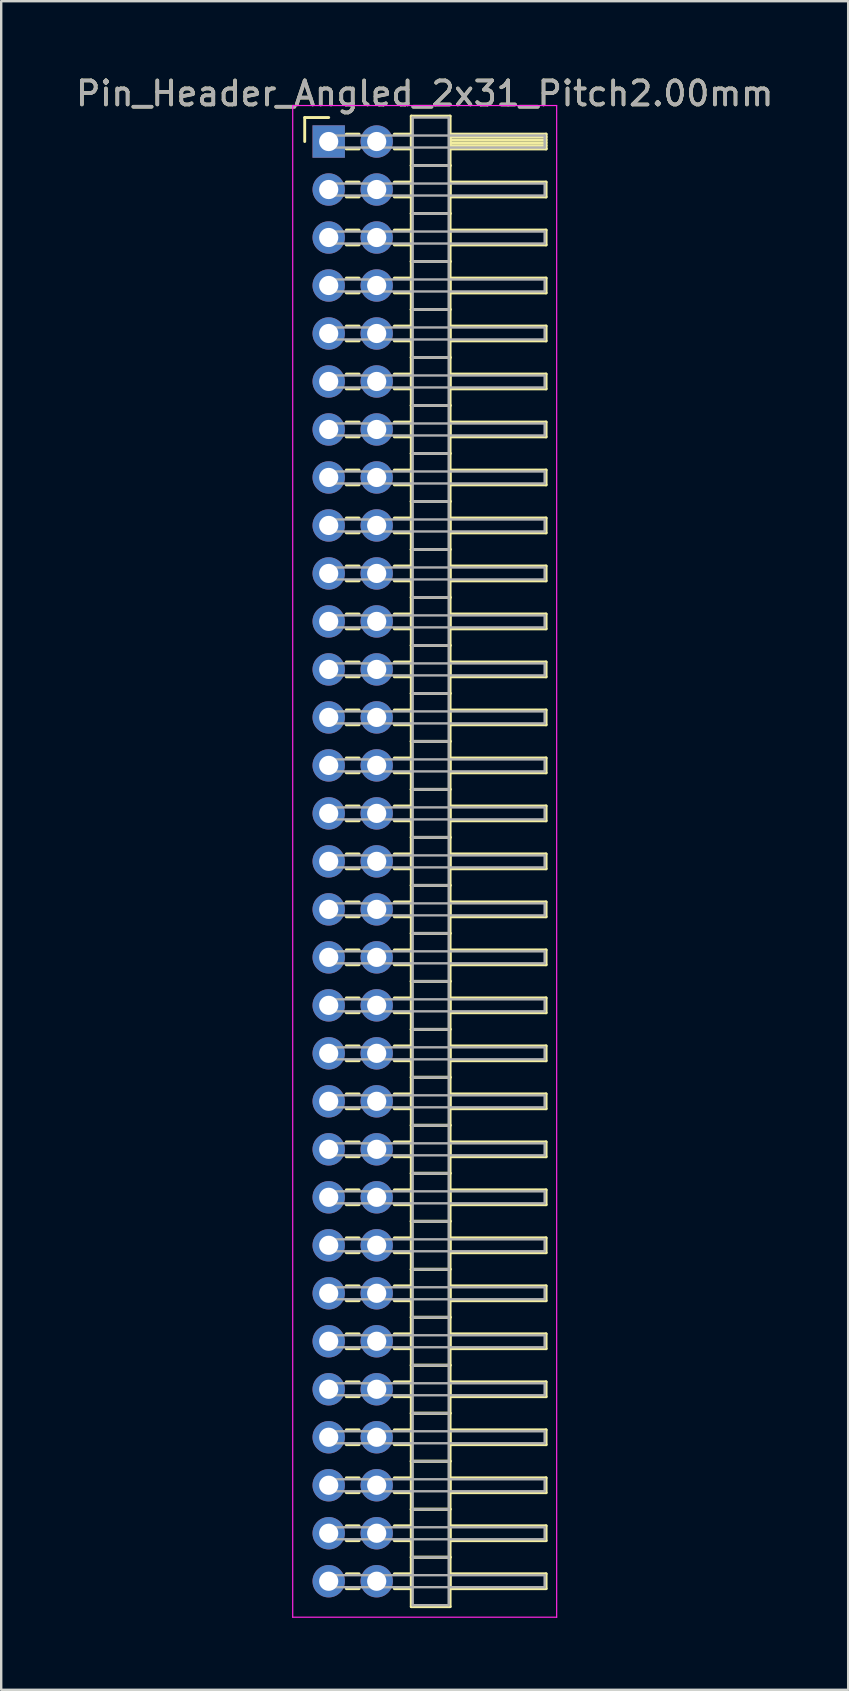
<source format=kicad_pcb>
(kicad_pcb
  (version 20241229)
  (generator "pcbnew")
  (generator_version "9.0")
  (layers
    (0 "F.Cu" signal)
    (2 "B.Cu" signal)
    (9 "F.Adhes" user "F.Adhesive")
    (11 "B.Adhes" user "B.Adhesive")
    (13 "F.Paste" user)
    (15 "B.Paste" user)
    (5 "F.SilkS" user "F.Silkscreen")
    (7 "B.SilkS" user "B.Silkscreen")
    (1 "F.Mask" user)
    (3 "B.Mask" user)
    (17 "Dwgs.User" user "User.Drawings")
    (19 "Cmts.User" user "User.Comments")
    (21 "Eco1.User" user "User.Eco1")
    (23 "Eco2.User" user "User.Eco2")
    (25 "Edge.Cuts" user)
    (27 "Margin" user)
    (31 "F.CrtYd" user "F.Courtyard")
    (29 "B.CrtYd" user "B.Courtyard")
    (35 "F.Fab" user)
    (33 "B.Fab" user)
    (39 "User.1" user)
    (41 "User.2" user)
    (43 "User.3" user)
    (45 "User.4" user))
  (footprint "Pin_Header_Angled_2x31_Pitch2.00mm"
    (layer "F.Cu")
    (at 10.649 2.848)
    (property "Reference" "Pin_Header_Angled_2x31_Pitch2.00mm" (at 4 -2 0) (layer "F.SilkS") (effects (font (size 1 1) (thickness 0.15))))
    (attr through_hole)
    (fp_line (start -1 -1) (end 0 -1) (stroke (width 0.12) (type solid)) (layer "F.SilkS"))
    (fp_line (start -1 0) (end -1 -1) (stroke (width 0.12) (type solid)) (layer "F.SilkS"))
    (fp_line (start 0.735 -0.31) (end 1.265 -0.31) (stroke (width 0.12) (type solid)) (layer "F.SilkS"))
    (fp_line (start 0.735 0.31) (end 1.265 0.31) (stroke (width 0.12) (type solid)) (layer "F.SilkS"))
    (fp_line (start 0.735 1.69) (end 1.265 1.69) (stroke (width 0.12) (type solid)) (layer "F.SilkS"))
    (fp_line (start 0.735 2.31) (end 1.265 2.31) (stroke (width 0.12) (type solid)) (layer "F.SilkS"))
    (fp_line (start 0.735 3.69) (end 1.265 3.69) (stroke (width 0.12) (type solid)) (layer "F.SilkS"))
    (fp_line (start 0.735 4.31) (end 1.265 4.31) (stroke (width 0.12) (type solid)) (layer "F.SilkS"))
    (fp_line (start 0.735 5.69) (end 1.265 5.69) (stroke (width 0.12) (type solid)) (layer "F.SilkS"))
    (fp_line (start 0.735 6.31) (end 1.265 6.31) (stroke (width 0.12) (type solid)) (layer "F.SilkS"))
    (fp_line (start 0.735 7.69) (end 1.265 7.69) (stroke (width 0.12) (type solid)) (layer "F.SilkS"))
    (fp_line (start 0.735 8.31) (end 1.265 8.31) (stroke (width 0.12) (type solid)) (layer "F.SilkS"))
    (fp_line (start 0.735 9.69) (end 1.265 9.69) (stroke (width 0.12) (type solid)) (layer "F.SilkS"))
    (fp_line (start 0.735 10.31) (end 1.265 10.31) (stroke (width 0.12) (type solid)) (layer "F.SilkS"))
    (fp_line (start 0.735 11.69) (end 1.265 11.69) (stroke (width 0.12) (type solid)) (layer "F.SilkS"))
    (fp_line (start 0.735 12.31) (end 1.265 12.31) (stroke (width 0.12) (type solid)) (layer "F.SilkS"))
    (fp_line (start 0.735 13.69) (end 1.265 13.69) (stroke (width 0.12) (type solid)) (layer "F.SilkS"))
    (fp_line (start 0.735 14.31) (end 1.265 14.31) (stroke (width 0.12) (type solid)) (layer "F.SilkS"))
    (fp_line (start 0.735 15.69) (end 1.265 15.69) (stroke (width 0.12) (type solid)) (layer "F.SilkS"))
    (fp_line (start 0.735 16.31) (end 1.265 16.31) (stroke (width 0.12) (type solid)) (layer "F.SilkS"))
    (fp_line (start 0.735 17.69) (end 1.265 17.69) (stroke (width 0.12) (type solid)) (layer "F.SilkS"))
    (fp_line (start 0.735 18.31) (end 1.265 18.31) (stroke (width 0.12) (type solid)) (layer "F.SilkS"))
    (fp_line (start 0.735 19.69) (end 1.265 19.69) (stroke (width 0.12) (type solid)) (layer "F.SilkS"))
    (fp_line (start 0.735 20.31) (end 1.265 20.31) (stroke (width 0.12) (type solid)) (layer "F.SilkS"))
    (fp_line (start 0.735 21.69) (end 1.265 21.69) (stroke (width 0.12) (type solid)) (layer "F.SilkS"))
    (fp_line (start 0.735 22.31) (end 1.265 22.31) (stroke (width 0.12) (type solid)) (layer "F.SilkS"))
    (fp_line (start 0.735 23.69) (end 1.265 23.69) (stroke (width 0.12) (type solid)) (layer "F.SilkS"))
    (fp_line (start 0.735 24.31) (end 1.265 24.31) (stroke (width 0.12) (type solid)) (layer "F.SilkS"))
    (fp_line (start 0.735 25.69) (end 1.265 25.69) (stroke (width 0.12) (type solid)) (layer "F.SilkS"))
    (fp_line (start 0.735 26.31) (end 1.265 26.31) (stroke (width 0.12) (type solid)) (layer "F.SilkS"))
    (fp_line (start 0.735 27.69) (end 1.265 27.69) (stroke (width 0.12) (type solid)) (layer "F.SilkS"))
    (fp_line (start 0.735 28.31) (end 1.265 28.31) (stroke (width 0.12) (type solid)) (layer "F.SilkS"))
    (fp_line (start 0.735 29.69) (end 1.265 29.69) (stroke (width 0.12) (type solid)) (layer "F.SilkS"))
    (fp_line (start 0.735 30.31) (end 1.265 30.31) (stroke (width 0.12) (type solid)) (layer "F.SilkS"))
    (fp_line (start 0.735 31.69) (end 1.265 31.69) (stroke (width 0.12) (type solid)) (layer "F.SilkS"))
    (fp_line (start 0.735 32.31) (end 1.265 32.31) (stroke (width 0.12) (type solid)) (layer "F.SilkS"))
    (fp_line (start 0.735 33.69) (end 1.265 33.69) (stroke (width 0.12) (type solid)) (layer "F.SilkS"))
    (fp_line (start 0.735 34.31) (end 1.265 34.31) (stroke (width 0.12) (type solid)) (layer "F.SilkS"))
    (fp_line (start 0.735 35.69) (end 1.265 35.69) (stroke (width 0.12) (type solid)) (layer "F.SilkS"))
    (fp_line (start 0.735 36.31) (end 1.265 36.31) (stroke (width 0.12) (type solid)) (layer "F.SilkS"))
    (fp_line (start 0.735 37.69) (end 1.265 37.69) (stroke (width 0.12) (type solid)) (layer "F.SilkS"))
    (fp_line (start 0.735 38.31) (end 1.265 38.31) (stroke (width 0.12) (type solid)) (layer "F.SilkS"))
    (fp_line (start 0.735 39.69) (end 1.265 39.69) (stroke (width 0.12) (type solid)) (layer "F.SilkS"))
    (fp_line (start 0.735 40.31) (end 1.265 40.31) (stroke (width 0.12) (type solid)) (layer "F.SilkS"))
    (fp_line (start 0.735 41.69) (end 1.265 41.69) (stroke (width 0.12) (type solid)) (layer "F.SilkS"))
    (fp_line (start 0.735 42.31) (end 1.265 42.31) (stroke (width 0.12) (type solid)) (layer "F.SilkS"))
    (fp_line (start 0.735 43.69) (end 1.265 43.69) (stroke (width 0.12) (type solid)) (layer "F.SilkS"))
    (fp_line (start 0.735 44.31) (end 1.265 44.31) (stroke (width 0.12) (type solid)) (layer "F.SilkS"))
    (fp_line (start 0.735 45.69) (end 1.265 45.69) (stroke (width 0.12) (type solid)) (layer "F.SilkS"))
    (fp_line (start 0.735 46.31) (end 1.265 46.31) (stroke (width 0.12) (type solid)) (layer "F.SilkS"))
    (fp_line (start 0.735 47.69) (end 1.265 47.69) (stroke (width 0.12) (type solid)) (layer "F.SilkS"))
    (fp_line (start 0.735 48.31) (end 1.265 48.31) (stroke (width 0.12) (type solid)) (layer "F.SilkS"))
    (fp_line (start 0.735 49.69) (end 1.265 49.69) (stroke (width 0.12) (type solid)) (layer "F.SilkS"))
    (fp_line (start 0.735 50.31) (end 1.265 50.31) (stroke (width 0.12) (type solid)) (layer "F.SilkS"))
    (fp_line (start 0.735 51.69) (end 1.265 51.69) (stroke (width 0.12) (type solid)) (layer "F.SilkS"))
    (fp_line (start 0.735 52.31) (end 1.265 52.31) (stroke (width 0.12) (type solid)) (layer "F.SilkS"))
    (fp_line (start 0.735 53.69) (end 1.265 53.69) (stroke (width 0.12) (type solid)) (layer "F.SilkS"))
    (fp_line (start 0.735 54.31) (end 1.265 54.31) (stroke (width 0.12) (type solid)) (layer "F.SilkS"))
    (fp_line (start 0.735 55.69) (end 1.265 55.69) (stroke (width 0.12) (type solid)) (layer "F.SilkS"))
    (fp_line (start 0.735 56.31) (end 1.265 56.31) (stroke (width 0.12) (type solid)) (layer "F.SilkS"))
    (fp_line (start 0.735 57.69) (end 1.265 57.69) (stroke (width 0.12) (type solid)) (layer "F.SilkS"))
    (fp_line (start 0.735 58.31) (end 1.265 58.31) (stroke (width 0.12) (type solid)) (layer "F.SilkS"))
    (fp_line (start 0.735 59.69) (end 1.265 59.69) (stroke (width 0.12) (type solid)) (layer "F.SilkS"))
    (fp_line (start 0.735 60.31) (end 1.265 60.31) (stroke (width 0.12) (type solid)) (layer "F.SilkS"))
    (fp_line (start 2.735 -0.31) (end 3.44 -0.31) (stroke (width 0.12) (type solid)) (layer "F.SilkS"))
    (fp_line (start 2.735 0.31) (end 3.44 0.31) (stroke (width 0.12) (type solid)) (layer "F.SilkS"))
    (fp_line (start 2.735 1.69) (end 3.44 1.69) (stroke (width 0.12) (type solid)) (layer "F.SilkS"))
    (fp_line (start 2.735 2.31) (end 3.44 2.31) (stroke (width 0.12) (type solid)) (layer "F.SilkS"))
    (fp_line (start 2.735 3.69) (end 3.44 3.69) (stroke (width 0.12) (type solid)) (layer "F.SilkS"))
    (fp_line (start 2.735 4.31) (end 3.44 4.31) (stroke (width 0.12) (type solid)) (layer "F.SilkS"))
    (fp_line (start 2.735 5.69) (end 3.44 5.69) (stroke (width 0.12) (type solid)) (layer "F.SilkS"))
    (fp_line (start 2.735 6.31) (end 3.44 6.31) (stroke (width 0.12) (type solid)) (layer "F.SilkS"))
    (fp_line (start 2.735 7.69) (end 3.44 7.69) (stroke (width 0.12) (type solid)) (layer "F.SilkS"))
    (fp_line (start 2.735 8.31) (end 3.44 8.31) (stroke (width 0.12) (type solid)) (layer "F.SilkS"))
    (fp_line (start 2.735 9.69) (end 3.44 9.69) (stroke (width 0.12) (type solid)) (layer "F.SilkS"))
    (fp_line (start 2.735 10.31) (end 3.44 10.31) (stroke (width 0.12) (type solid)) (layer "F.SilkS"))
    (fp_line (start 2.735 11.69) (end 3.44 11.69) (stroke (width 0.12) (type solid)) (layer "F.SilkS"))
    (fp_line (start 2.735 12.31) (end 3.44 12.31) (stroke (width 0.12) (type solid)) (layer "F.SilkS"))
    (fp_line (start 2.735 13.69) (end 3.44 13.69) (stroke (width 0.12) (type solid)) (layer "F.SilkS"))
    (fp_line (start 2.735 14.31) (end 3.44 14.31) (stroke (width 0.12) (type solid)) (layer "F.SilkS"))
    (fp_line (start 2.735 15.69) (end 3.44 15.69) (stroke (width 0.12) (type solid)) (layer "F.SilkS"))
    (fp_line (start 2.735 16.31) (end 3.44 16.31) (stroke (width 0.12) (type solid)) (layer "F.SilkS"))
    (fp_line (start 2.735 17.69) (end 3.44 17.69) (stroke (width 0.12) (type solid)) (layer "F.SilkS"))
    (fp_line (start 2.735 18.31) (end 3.44 18.31) (stroke (width 0.12) (type solid)) (layer "F.SilkS"))
    (fp_line (start 2.735 19.69) (end 3.44 19.69) (stroke (width 0.12) (type solid)) (layer "F.SilkS"))
    (fp_line (start 2.735 20.31) (end 3.44 20.31) (stroke (width 0.12) (type solid)) (layer "F.SilkS"))
    (fp_line (start 2.735 21.69) (end 3.44 21.69) (stroke (width 0.12) (type solid)) (layer "F.SilkS"))
    (fp_line (start 2.735 22.31) (end 3.44 22.31) (stroke (width 0.12) (type solid)) (layer "F.SilkS"))
    (fp_line (start 2.735 23.69) (end 3.44 23.69) (stroke (width 0.12) (type solid)) (layer "F.SilkS"))
    (fp_line (start 2.735 24.31) (end 3.44 24.31) (stroke (width 0.12) (type solid)) (layer "F.SilkS"))
    (fp_line (start 2.735 25.69) (end 3.44 25.69) (stroke (width 0.12) (type solid)) (layer "F.SilkS"))
    (fp_line (start 2.735 26.31) (end 3.44 26.31) (stroke (width 0.12) (type solid)) (layer "F.SilkS"))
    (fp_line (start 2.735 27.69) (end 3.44 27.69) (stroke (width 0.12) (type solid)) (layer "F.SilkS"))
    (fp_line (start 2.735 28.31) (end 3.44 28.31) (stroke (width 0.12) (type solid)) (layer "F.SilkS"))
    (fp_line (start 2.735 29.69) (end 3.44 29.69) (stroke (width 0.12) (type solid)) (layer "F.SilkS"))
    (fp_line (start 2.735 30.31) (end 3.44 30.31) (stroke (width 0.12) (type solid)) (layer "F.SilkS"))
    (fp_line (start 2.735 31.69) (end 3.44 31.69) (stroke (width 0.12) (type solid)) (layer "F.SilkS"))
    (fp_line (start 2.735 32.31) (end 3.44 32.31) (stroke (width 0.12) (type solid)) (layer "F.SilkS"))
    (fp_line (start 2.735 33.69) (end 3.44 33.69) (stroke (width 0.12) (type solid)) (layer "F.SilkS"))
    (fp_line (start 2.735 34.31) (end 3.44 34.31) (stroke (width 0.12) (type solid)) (layer "F.SilkS"))
    (fp_line (start 2.735 35.69) (end 3.44 35.69) (stroke (width 0.12) (type solid)) (layer "F.SilkS"))
    (fp_line (start 2.735 36.31) (end 3.44 36.31) (stroke (width 0.12) (type solid)) (layer "F.SilkS"))
    (fp_line (start 2.735 37.69) (end 3.44 37.69) (stroke (width 0.12) (type solid)) (layer "F.SilkS"))
    (fp_line (start 2.735 38.31) (end 3.44 38.31) (stroke (width 0.12) (type solid)) (layer "F.SilkS"))
    (fp_line (start 2.735 39.69) (end 3.44 39.69) (stroke (width 0.12) (type solid)) (layer "F.SilkS"))
    (fp_line (start 2.735 40.31) (end 3.44 40.31) (stroke (width 0.12) (type solid)) (layer "F.SilkS"))
    (fp_line (start 2.735 41.69) (end 3.44 41.69) (stroke (width 0.12) (type solid)) (layer "F.SilkS"))
    (fp_line (start 2.735 42.31) (end 3.44 42.31) (stroke (width 0.12) (type solid)) (layer "F.SilkS"))
    (fp_line (start 2.735 43.69) (end 3.44 43.69) (stroke (width 0.12) (type solid)) (layer "F.SilkS"))
    (fp_line (start 2.735 44.31) (end 3.44 44.31) (stroke (width 0.12) (type solid)) (layer "F.SilkS"))
    (fp_line (start 2.735 45.69) (end 3.44 45.69) (stroke (width 0.12) (type solid)) (layer "F.SilkS"))
    (fp_line (start 2.735 46.31) (end 3.44 46.31) (stroke (width 0.12) (type solid)) (layer "F.SilkS"))
    (fp_line (start 2.735 47.69) (end 3.44 47.69) (stroke (width 0.12) (type solid)) (layer "F.SilkS"))
    (fp_line (start 2.735 48.31) (end 3.44 48.31) (stroke (width 0.12) (type solid)) (layer "F.SilkS"))
    (fp_line (start 2.735 49.69) (end 3.44 49.69) (stroke (width 0.12) (type solid)) (layer "F.SilkS"))
    (fp_line (start 2.735 50.31) (end 3.44 50.31) (stroke (width 0.12) (type solid)) (layer "F.SilkS"))
    (fp_line (start 2.735 51.69) (end 3.44 51.69) (stroke (width 0.12) (type solid)) (layer "F.SilkS"))
    (fp_line (start 2.735 52.31) (end 3.44 52.31) (stroke (width 0.12) (type solid)) (layer "F.SilkS"))
    (fp_line (start 2.735 53.69) (end 3.44 53.69) (stroke (width 0.12) (type solid)) (layer "F.SilkS"))
    (fp_line (start 2.735 54.31) (end 3.44 54.31) (stroke (width 0.12) (type solid)) (layer "F.SilkS"))
    (fp_line (start 2.735 55.69) (end 3.44 55.69) (stroke (width 0.12) (type solid)) (layer "F.SilkS"))
    (fp_line (start 2.735 56.31) (end 3.44 56.31) (stroke (width 0.12) (type solid)) (layer "F.SilkS"))
    (fp_line (start 2.735 57.69) (end 3.44 57.69) (stroke (width 0.12) (type solid)) (layer "F.SilkS"))
    (fp_line (start 2.735 58.31) (end 3.44 58.31) (stroke (width 0.12) (type solid)) (layer "F.SilkS"))
    (fp_line (start 2.735 59.69) (end 3.44 59.69) (stroke (width 0.12) (type solid)) (layer "F.SilkS"))
    (fp_line (start 2.735 60.31) (end 3.44 60.31) (stroke (width 0.12) (type solid)) (layer "F.SilkS"))
    (fp_line (start 3.44 -1.06) (end 3.44 1) (stroke (width 0.12) (type solid)) (layer "F.SilkS"))
    (fp_line (start 3.44 1) (end 3.44 3) (stroke (width 0.12) (type solid)) (layer "F.SilkS"))
    (fp_line (start 3.44 1) (end 5.06 1) (stroke (width 0.12) (type solid)) (layer "F.SilkS"))
    (fp_line (start 3.44 3) (end 3.44 5) (stroke (width 0.12) (type solid)) (layer "F.SilkS"))
    (fp_line (start 3.44 3) (end 5.06 3) (stroke (width 0.12) (type solid)) (layer "F.SilkS"))
    (fp_line (start 3.44 5) (end 3.44 7) (stroke (width 0.12) (type solid)) (layer "F.SilkS"))
    (fp_line (start 3.44 5) (end 5.06 5) (stroke (width 0.12) (type solid)) (layer "F.SilkS"))
    (fp_line (start 3.44 7) (end 3.44 9) (stroke (width 0.12) (type solid)) (layer "F.SilkS"))
    (fp_line (start 3.44 7) (end 5.06 7) (stroke (width 0.12) (type solid)) (layer "F.SilkS"))
    (fp_line (start 3.44 9) (end 3.44 11) (stroke (width 0.12) (type solid)) (layer "F.SilkS"))
    (fp_line (start 3.44 9) (end 5.06 9) (stroke (width 0.12) (type solid)) (layer "F.SilkS"))
    (fp_line (start 3.44 11) (end 3.44 13) (stroke (width 0.12) (type solid)) (layer "F.SilkS"))
    (fp_line (start 3.44 11) (end 5.06 11) (stroke (width 0.12) (type solid)) (layer "F.SilkS"))
    (fp_line (start 3.44 13) (end 3.44 15) (stroke (width 0.12) (type solid)) (layer "F.SilkS"))
    (fp_line (start 3.44 13) (end 5.06 13) (stroke (width 0.12) (type solid)) (layer "F.SilkS"))
    (fp_line (start 3.44 15) (end 3.44 17) (stroke (width 0.12) (type solid)) (layer "F.SilkS"))
    (fp_line (start 3.44 15) (end 5.06 15) (stroke (width 0.12) (type solid)) (layer "F.SilkS"))
    (fp_line (start 3.44 17) (end 3.44 19) (stroke (width 0.12) (type solid)) (layer "F.SilkS"))
    (fp_line (start 3.44 17) (end 5.06 17) (stroke (width 0.12) (type solid)) (layer "F.SilkS"))
    (fp_line (start 3.44 19) (end 3.44 21) (stroke (width 0.12) (type solid)) (layer "F.SilkS"))
    (fp_line (start 3.44 19) (end 5.06 19) (stroke (width 0.12) (type solid)) (layer "F.SilkS"))
    (fp_line (start 3.44 21) (end 3.44 23) (stroke (width 0.12) (type solid)) (layer "F.SilkS"))
    (fp_line (start 3.44 21) (end 5.06 21) (stroke (width 0.12) (type solid)) (layer "F.SilkS"))
    (fp_line (start 3.44 23) (end 3.44 25) (stroke (width 0.12) (type solid)) (layer "F.SilkS"))
    (fp_line (start 3.44 23) (end 5.06 23) (stroke (width 0.12) (type solid)) (layer "F.SilkS"))
    (fp_line (start 3.44 25) (end 3.44 27) (stroke (width 0.12) (type solid)) (layer "F.SilkS"))
    (fp_line (start 3.44 25) (end 5.06 25) (stroke (width 0.12) (type solid)) (layer "F.SilkS"))
    (fp_line (start 3.44 27) (end 3.44 29) (stroke (width 0.12) (type solid)) (layer "F.SilkS"))
    (fp_line (start 3.44 27) (end 5.06 27) (stroke (width 0.12) (type solid)) (layer "F.SilkS"))
    (fp_line (start 3.44 29) (end 3.44 31) (stroke (width 0.12) (type solid)) (layer "F.SilkS"))
    (fp_line (start 3.44 29) (end 5.06 29) (stroke (width 0.12) (type solid)) (layer "F.SilkS"))
    (fp_line (start 3.44 31) (end 3.44 33) (stroke (width 0.12) (type solid)) (layer "F.SilkS"))
    (fp_line (start 3.44 31) (end 5.06 31) (stroke (width 0.12) (type solid)) (layer "F.SilkS"))
    (fp_line (start 3.44 33) (end 3.44 35) (stroke (width 0.12) (type solid)) (layer "F.SilkS"))
    (fp_line (start 3.44 33) (end 5.06 33) (stroke (width 0.12) (type solid)) (layer "F.SilkS"))
    (fp_line (start 3.44 35) (end 3.44 37) (stroke (width 0.12) (type solid)) (layer "F.SilkS"))
    (fp_line (start 3.44 35) (end 5.06 35) (stroke (width 0.12) (type solid)) (layer "F.SilkS"))
    (fp_line (start 3.44 37) (end 3.44 39) (stroke (width 0.12) (type solid)) (layer "F.SilkS"))
    (fp_line (start 3.44 37) (end 5.06 37) (stroke (width 0.12) (type solid)) (layer "F.SilkS"))
    (fp_line (start 3.44 39) (end 3.44 41) (stroke (width 0.12) (type solid)) (layer "F.SilkS"))
    (fp_line (start 3.44 39) (end 5.06 39) (stroke (width 0.12) (type solid)) (layer "F.SilkS"))
    (fp_line (start 3.44 41) (end 3.44 43) (stroke (width 0.12) (type solid)) (layer "F.SilkS"))
    (fp_line (start 3.44 41) (end 5.06 41) (stroke (width 0.12) (type solid)) (layer "F.SilkS"))
    (fp_line (start 3.44 43) (end 3.44 45) (stroke (width 0.12) (type solid)) (layer "F.SilkS"))
    (fp_line (start 3.44 43) (end 5.06 43) (stroke (width 0.12) (type solid)) (layer "F.SilkS"))
    (fp_line (start 3.44 45) (end 3.44 47) (stroke (width 0.12) (type solid)) (layer "F.SilkS"))
    (fp_line (start 3.44 45) (end 5.06 45) (stroke (width 0.12) (type solid)) (layer "F.SilkS"))
    (fp_line (start 3.44 47) (end 3.44 49) (stroke (width 0.12) (type solid)) (layer "F.SilkS"))
    (fp_line (start 3.44 47) (end 5.06 47) (stroke (width 0.12) (type solid)) (layer "F.SilkS"))
    (fp_line (start 3.44 49) (end 3.44 51) (stroke (width 0.12) (type solid)) (layer "F.SilkS"))
    (fp_line (start 3.44 49) (end 5.06 49) (stroke (width 0.12) (type solid)) (layer "F.SilkS"))
    (fp_line (start 3.44 51) (end 3.44 53) (stroke (width 0.12) (type solid)) (layer "F.SilkS"))
    (fp_line (start 3.44 51) (end 5.06 51) (stroke (width 0.12) (type solid)) (layer "F.SilkS"))
    (fp_line (start 3.44 53) (end 3.44 55) (stroke (width 0.12) (type solid)) (layer "F.SilkS"))
    (fp_line (start 3.44 53) (end 5.06 53) (stroke (width 0.12) (type solid)) (layer "F.SilkS"))
    (fp_line (start 3.44 55) (end 3.44 57) (stroke (width 0.12) (type solid)) (layer "F.SilkS"))
    (fp_line (start 3.44 55) (end 5.06 55) (stroke (width 0.12) (type solid)) (layer "F.SilkS"))
    (fp_line (start 3.44 57) (end 3.44 59) (stroke (width 0.12) (type solid)) (layer "F.SilkS"))
    (fp_line (start 3.44 57) (end 5.06 57) (stroke (width 0.12) (type solid)) (layer "F.SilkS"))
    (fp_line (start 3.44 59) (end 3.44 61.06) (stroke (width 0.12) (type solid)) (layer "F.SilkS"))
    (fp_line (start 3.44 59) (end 5.06 59) (stroke (width 0.12) (type solid)) (layer "F.SilkS"))
    (fp_line (start 3.44 61.06) (end 5.06 61.06) (stroke (width 0.12) (type solid)) (layer "F.SilkS"))
    (fp_line (start 5.06 -1.06) (end 3.44 -1.06) (stroke (width 0.12) (type solid)) (layer "F.SilkS"))
    (fp_line (start 5.06 -0.31) (end 5.06 0.31) (stroke (width 0.12) (type solid)) (layer "F.SilkS"))
    (fp_line (start 5.06 -0.19) (end 9.06 -0.19) (stroke (width 0.12) (type solid)) (layer "F.SilkS"))
    (fp_line (start 5.06 -0.07) (end 9.06 -0.07) (stroke (width 0.12) (type solid)) (layer "F.SilkS"))
    (fp_line (start 5.06 0.05) (end 9.06 0.05) (stroke (width 0.12) (type solid)) (layer "F.SilkS"))
    (fp_line (start 5.06 0.17) (end 9.06 0.17) (stroke (width 0.12) (type solid)) (layer "F.SilkS"))
    (fp_line (start 5.06 0.29) (end 9.06 0.29) (stroke (width 0.12) (type solid)) (layer "F.SilkS"))
    (fp_line (start 5.06 0.31) (end 9.06 0.31) (stroke (width 0.12) (type solid)) (layer "F.SilkS"))
    (fp_line (start 5.06 1) (end 3.44 1) (stroke (width 0.12) (type solid)) (layer "F.SilkS"))
    (fp_line (start 5.06 1) (end 5.06 -1.06) (stroke (width 0.12) (type solid)) (layer "F.SilkS"))
    (fp_line (start 5.06 1.69) (end 5.06 2.31) (stroke (width 0.12) (type solid)) (layer "F.SilkS"))
    (fp_line (start 5.06 2.31) (end 9.06 2.31) (stroke (width 0.12) (type solid)) (layer "F.SilkS"))
    (fp_line (start 5.06 3) (end 3.44 3) (stroke (width 0.12) (type solid)) (layer "F.SilkS"))
    (fp_line (start 5.06 3) (end 5.06 1) (stroke (width 0.12) (type solid)) (layer "F.SilkS"))
    (fp_line (start 5.06 3.69) (end 5.06 4.31) (stroke (width 0.12) (type solid)) (layer "F.SilkS"))
    (fp_line (start 5.06 4.31) (end 9.06 4.31) (stroke (width 0.12) (type solid)) (layer "F.SilkS"))
    (fp_line (start 5.06 5) (end 3.44 5) (stroke (width 0.12) (type solid)) (layer "F.SilkS"))
    (fp_line (start 5.06 5) (end 5.06 3) (stroke (width 0.12) (type solid)) (layer "F.SilkS"))
    (fp_line (start 5.06 5.69) (end 5.06 6.31) (stroke (width 0.12) (type solid)) (layer "F.SilkS"))
    (fp_line (start 5.06 6.31) (end 9.06 6.31) (stroke (width 0.12) (type solid)) (layer "F.SilkS"))
    (fp_line (start 5.06 7) (end 3.44 7) (stroke (width 0.12) (type solid)) (layer "F.SilkS"))
    (fp_line (start 5.06 7) (end 5.06 5) (stroke (width 0.12) (type solid)) (layer "F.SilkS"))
    (fp_line (start 5.06 7.69) (end 5.06 8.31) (stroke (width 0.12) (type solid)) (layer "F.SilkS"))
    (fp_line (start 5.06 8.31) (end 9.06 8.31) (stroke (width 0.12) (type solid)) (layer "F.SilkS"))
    (fp_line (start 5.06 9) (end 3.44 9) (stroke (width 0.12) (type solid)) (layer "F.SilkS"))
    (fp_line (start 5.06 9) (end 5.06 7) (stroke (width 0.12) (type solid)) (layer "F.SilkS"))
    (fp_line (start 5.06 9.69) (end 5.06 10.31) (stroke (width 0.12) (type solid)) (layer "F.SilkS"))
    (fp_line (start 5.06 10.31) (end 9.06 10.31) (stroke (width 0.12) (type solid)) (layer "F.SilkS"))
    (fp_line (start 5.06 11) (end 3.44 11) (stroke (width 0.12) (type solid)) (layer "F.SilkS"))
    (fp_line (start 5.06 11) (end 5.06 9) (stroke (width 0.12) (type solid)) (layer "F.SilkS"))
    (fp_line (start 5.06 11.69) (end 5.06 12.31) (stroke (width 0.12) (type solid)) (layer "F.SilkS"))
    (fp_line (start 5.06 12.31) (end 9.06 12.31) (stroke (width 0.12) (type solid)) (layer "F.SilkS"))
    (fp_line (start 5.06 13) (end 3.44 13) (stroke (width 0.12) (type solid)) (layer "F.SilkS"))
    (fp_line (start 5.06 13) (end 5.06 11) (stroke (width 0.12) (type solid)) (layer "F.SilkS"))
    (fp_line (start 5.06 13.69) (end 5.06 14.31) (stroke (width 0.12) (type solid)) (layer "F.SilkS"))
    (fp_line (start 5.06 14.31) (end 9.06 14.31) (stroke (width 0.12) (type solid)) (layer "F.SilkS"))
    (fp_line (start 5.06 15) (end 3.44 15) (stroke (width 0.12) (type solid)) (layer "F.SilkS"))
    (fp_line (start 5.06 15) (end 5.06 13) (stroke (width 0.12) (type solid)) (layer "F.SilkS"))
    (fp_line (start 5.06 15.69) (end 5.06 16.31) (stroke (width 0.12) (type solid)) (layer "F.SilkS"))
    (fp_line (start 5.06 16.31) (end 9.06 16.31) (stroke (width 0.12) (type solid)) (layer "F.SilkS"))
    (fp_line (start 5.06 17) (end 3.44 17) (stroke (width 0.12) (type solid)) (layer "F.SilkS"))
    (fp_line (start 5.06 17) (end 5.06 15) (stroke (width 0.12) (type solid)) (layer "F.SilkS"))
    (fp_line (start 5.06 17.69) (end 5.06 18.31) (stroke (width 0.12) (type solid)) (layer "F.SilkS"))
    (fp_line (start 5.06 18.31) (end 9.06 18.31) (stroke (width 0.12) (type solid)) (layer "F.SilkS"))
    (fp_line (start 5.06 19) (end 3.44 19) (stroke (width 0.12) (type solid)) (layer "F.SilkS"))
    (fp_line (start 5.06 19) (end 5.06 17) (stroke (width 0.12) (type solid)) (layer "F.SilkS"))
    (fp_line (start 5.06 19.69) (end 5.06 20.31) (stroke (width 0.12) (type solid)) (layer "F.SilkS"))
    (fp_line (start 5.06 20.31) (end 9.06 20.31) (stroke (width 0.12) (type solid)) (layer "F.SilkS"))
    (fp_line (start 5.06 21) (end 3.44 21) (stroke (width 0.12) (type solid)) (layer "F.SilkS"))
    (fp_line (start 5.06 21) (end 5.06 19) (stroke (width 0.12) (type solid)) (layer "F.SilkS"))
    (fp_line (start 5.06 21.69) (end 5.06 22.31) (stroke (width 0.12) (type solid)) (layer "F.SilkS"))
    (fp_line (start 5.06 22.31) (end 9.06 22.31) (stroke (width 0.12) (type solid)) (layer "F.SilkS"))
    (fp_line (start 5.06 23) (end 3.44 23) (stroke (width 0.12) (type solid)) (layer "F.SilkS"))
    (fp_line (start 5.06 23) (end 5.06 21) (stroke (width 0.12) (type solid)) (layer "F.SilkS"))
    (fp_line (start 5.06 23.69) (end 5.06 24.31) (stroke (width 0.12) (type solid)) (layer "F.SilkS"))
    (fp_line (start 5.06 24.31) (end 9.06 24.31) (stroke (width 0.12) (type solid)) (layer "F.SilkS"))
    (fp_line (start 5.06 25) (end 3.44 25) (stroke (width 0.12) (type solid)) (layer "F.SilkS"))
    (fp_line (start 5.06 25) (end 5.06 23) (stroke (width 0.12) (type solid)) (layer "F.SilkS"))
    (fp_line (start 5.06 25.69) (end 5.06 26.31) (stroke (width 0.12) (type solid)) (layer "F.SilkS"))
    (fp_line (start 5.06 26.31) (end 9.06 26.31) (stroke (width 0.12) (type solid)) (layer "F.SilkS"))
    (fp_line (start 5.06 27) (end 3.44 27) (stroke (width 0.12) (type solid)) (layer "F.SilkS"))
    (fp_line (start 5.06 27) (end 5.06 25) (stroke (width 0.12) (type solid)) (layer "F.SilkS"))
    (fp_line (start 5.06 27.69) (end 5.06 28.31) (stroke (width 0.12) (type solid)) (layer "F.SilkS"))
    (fp_line (start 5.06 28.31) (end 9.06 28.31) (stroke (width 0.12) (type solid)) (layer "F.SilkS"))
    (fp_line (start 5.06 29) (end 3.44 29) (stroke (width 0.12) (type solid)) (layer "F.SilkS"))
    (fp_line (start 5.06 29) (end 5.06 27) (stroke (width 0.12) (type solid)) (layer "F.SilkS"))
    (fp_line (start 5.06 29.69) (end 5.06 30.31) (stroke (width 0.12) (type solid)) (layer "F.SilkS"))
    (fp_line (start 5.06 30.31) (end 9.06 30.31) (stroke (width 0.12) (type solid)) (layer "F.SilkS"))
    (fp_line (start 5.06 31) (end 3.44 31) (stroke (width 0.12) (type solid)) (layer "F.SilkS"))
    (fp_line (start 5.06 31) (end 5.06 29) (stroke (width 0.12) (type solid)) (layer "F.SilkS"))
    (fp_line (start 5.06 31.69) (end 5.06 32.31) (stroke (width 0.12) (type solid)) (layer "F.SilkS"))
    (fp_line (start 5.06 32.31) (end 9.06 32.31) (stroke (width 0.12) (type solid)) (layer "F.SilkS"))
    (fp_line (start 5.06 33) (end 3.44 33) (stroke (width 0.12) (type solid)) (layer "F.SilkS"))
    (fp_line (start 5.06 33) (end 5.06 31) (stroke (width 0.12) (type solid)) (layer "F.SilkS"))
    (fp_line (start 5.06 33.69) (end 5.06 34.31) (stroke (width 0.12) (type solid)) (layer "F.SilkS"))
    (fp_line (start 5.06 34.31) (end 9.06 34.31) (stroke (width 0.12) (type solid)) (layer "F.SilkS"))
    (fp_line (start 5.06 35) (end 3.44 35) (stroke (width 0.12) (type solid)) (layer "F.SilkS"))
    (fp_line (start 5.06 35) (end 5.06 33) (stroke (width 0.12) (type solid)) (layer "F.SilkS"))
    (fp_line (start 5.06 35.69) (end 5.06 36.31) (stroke (width 0.12) (type solid)) (layer "F.SilkS"))
    (fp_line (start 5.06 36.31) (end 9.06 36.31) (stroke (width 0.12) (type solid)) (layer "F.SilkS"))
    (fp_line (start 5.06 37) (end 3.44 37) (stroke (width 0.12) (type solid)) (layer "F.SilkS"))
    (fp_line (start 5.06 37) (end 5.06 35) (stroke (width 0.12) (type solid)) (layer "F.SilkS"))
    (fp_line (start 5.06 37.69) (end 5.06 38.31) (stroke (width 0.12) (type solid)) (layer "F.SilkS"))
    (fp_line (start 5.06 38.31) (end 9.06 38.31) (stroke (width 0.12) (type solid)) (layer "F.SilkS"))
    (fp_line (start 5.06 39) (end 3.44 39) (stroke (width 0.12) (type solid)) (layer "F.SilkS"))
    (fp_line (start 5.06 39) (end 5.06 37) (stroke (width 0.12) (type solid)) (layer "F.SilkS"))
    (fp_line (start 5.06 39.69) (end 5.06 40.31) (stroke (width 0.12) (type solid)) (layer "F.SilkS"))
    (fp_line (start 5.06 40.31) (end 9.06 40.31) (stroke (width 0.12) (type solid)) (layer "F.SilkS"))
    (fp_line (start 5.06 41) (end 3.44 41) (stroke (width 0.12) (type solid)) (layer "F.SilkS"))
    (fp_line (start 5.06 41) (end 5.06 39) (stroke (width 0.12) (type solid)) (layer "F.SilkS"))
    (fp_line (start 5.06 41.69) (end 5.06 42.31) (stroke (width 0.12) (type solid)) (layer "F.SilkS"))
    (fp_line (start 5.06 42.31) (end 9.06 42.31) (stroke (width 0.12) (type solid)) (layer "F.SilkS"))
    (fp_line (start 5.06 43) (end 3.44 43) (stroke (width 0.12) (type solid)) (layer "F.SilkS"))
    (fp_line (start 5.06 43) (end 5.06 41) (stroke (width 0.12) (type solid)) (layer "F.SilkS"))
    (fp_line (start 5.06 43.69) (end 5.06 44.31) (stroke (width 0.12) (type solid)) (layer "F.SilkS"))
    (fp_line (start 5.06 44.31) (end 9.06 44.31) (stroke (width 0.12) (type solid)) (layer "F.SilkS"))
    (fp_line (start 5.06 45) (end 3.44 45) (stroke (width 0.12) (type solid)) (layer "F.SilkS"))
    (fp_line (start 5.06 45) (end 5.06 43) (stroke (width 0.12) (type solid)) (layer "F.SilkS"))
    (fp_line (start 5.06 45.69) (end 5.06 46.31) (stroke (width 0.12) (type solid)) (layer "F.SilkS"))
    (fp_line (start 5.06 46.31) (end 9.06 46.31) (stroke (width 0.12) (type solid)) (layer "F.SilkS"))
    (fp_line (start 5.06 47) (end 3.44 47) (stroke (width 0.12) (type solid)) (layer "F.SilkS"))
    (fp_line (start 5.06 47) (end 5.06 45) (stroke (width 0.12) (type solid)) (layer "F.SilkS"))
    (fp_line (start 5.06 47.69) (end 5.06 48.31) (stroke (width 0.12) (type solid)) (layer "F.SilkS"))
    (fp_line (start 5.06 48.31) (end 9.06 48.31) (stroke (width 0.12) (type solid)) (layer "F.SilkS"))
    (fp_line (start 5.06 49) (end 3.44 49) (stroke (width 0.12) (type solid)) (layer "F.SilkS"))
    (fp_line (start 5.06 49) (end 5.06 47) (stroke (width 0.12) (type solid)) (layer "F.SilkS"))
    (fp_line (start 5.06 49.69) (end 5.06 50.31) (stroke (width 0.12) (type solid)) (layer "F.SilkS"))
    (fp_line (start 5.06 50.31) (end 9.06 50.31) (stroke (width 0.12) (type solid)) (layer "F.SilkS"))
    (fp_line (start 5.06 51) (end 3.44 51) (stroke (width 0.12) (type solid)) (layer "F.SilkS"))
    (fp_line (start 5.06 51) (end 5.06 49) (stroke (width 0.12) (type solid)) (layer "F.SilkS"))
    (fp_line (start 5.06 51.69) (end 5.06 52.31) (stroke (width 0.12) (type solid)) (layer "F.SilkS"))
    (fp_line (start 5.06 52.31) (end 9.06 52.31) (stroke (width 0.12) (type solid)) (layer "F.SilkS"))
    (fp_line (start 5.06 53) (end 3.44 53) (stroke (width 0.12) (type solid)) (layer "F.SilkS"))
    (fp_line (start 5.06 53) (end 5.06 51) (stroke (width 0.12) (type solid)) (layer "F.SilkS"))
    (fp_line (start 5.06 53.69) (end 5.06 54.31) (stroke (width 0.12) (type solid)) (layer "F.SilkS"))
    (fp_line (start 5.06 54.31) (end 9.06 54.31) (stroke (width 0.12) (type solid)) (layer "F.SilkS"))
    (fp_line (start 5.06 55) (end 3.44 55) (stroke (width 0.12) (type solid)) (layer "F.SilkS"))
    (fp_line (start 5.06 55) (end 5.06 53) (stroke (width 0.12) (type solid)) (layer "F.SilkS"))
    (fp_line (start 5.06 55.69) (end 5.06 56.31) (stroke (width 0.12) (type solid)) (layer "F.SilkS"))
    (fp_line (start 5.06 56.31) (end 9.06 56.31) (stroke (width 0.12) (type solid)) (layer "F.SilkS"))
    (fp_line (start 5.06 57) (end 3.44 57) (stroke (width 0.12) (type solid)) (layer "F.SilkS"))
    (fp_line (start 5.06 57) (end 5.06 55) (stroke (width 0.12) (type solid)) (layer "F.SilkS"))
    (fp_line (start 5.06 57.69) (end 5.06 58.31) (stroke (width 0.12) (type solid)) (layer "F.SilkS"))
    (fp_line (start 5.06 58.31) (end 9.06 58.31) (stroke (width 0.12) (type solid)) (layer "F.SilkS"))
    (fp_line (start 5.06 59) (end 3.44 59) (stroke (width 0.12) (type solid)) (layer "F.SilkS"))
    (fp_line (start 5.06 59) (end 5.06 57) (stroke (width 0.12) (type solid)) (layer "F.SilkS"))
    (fp_line (start 5.06 59.69) (end 5.06 60.31) (stroke (width 0.12) (type solid)) (layer "F.SilkS"))
    (fp_line (start 5.06 60.31) (end 9.06 60.31) (stroke (width 0.12) (type solid)) (layer "F.SilkS"))
    (fp_line (start 5.06 61.06) (end 5.06 59) (stroke (width 0.12) (type solid)) (layer "F.SilkS"))
    (fp_line (start 9.06 -0.31) (end 5.06 -0.31) (stroke (width 0.12) (type solid)) (layer "F.SilkS"))
    (fp_line (start 9.06 0.31) (end 9.06 -0.31) (stroke (width 0.12) (type solid)) (layer "F.SilkS"))
    (fp_line (start 9.06 1.69) (end 5.06 1.69) (stroke (width 0.12) (type solid)) (layer "F.SilkS"))
    (fp_line (start 9.06 2.31) (end 9.06 1.69) (stroke (width 0.12) (type solid)) (layer "F.SilkS"))
    (fp_line (start 9.06 3.69) (end 5.06 3.69) (stroke (width 0.12) (type solid)) (layer "F.SilkS"))
    (fp_line (start 9.06 4.31) (end 9.06 3.69) (stroke (width 0.12) (type solid)) (layer "F.SilkS"))
    (fp_line (start 9.06 5.69) (end 5.06 5.69) (stroke (width 0.12) (type solid)) (layer "F.SilkS"))
    (fp_line (start 9.06 6.31) (end 9.06 5.69) (stroke (width 0.12) (type solid)) (layer "F.SilkS"))
    (fp_line (start 9.06 7.69) (end 5.06 7.69) (stroke (width 0.12) (type solid)) (layer "F.SilkS"))
    (fp_line (start 9.06 8.31) (end 9.06 7.69) (stroke (width 0.12) (type solid)) (layer "F.SilkS"))
    (fp_line (start 9.06 9.69) (end 5.06 9.69) (stroke (width 0.12) (type solid)) (layer "F.SilkS"))
    (fp_line (start 9.06 10.31) (end 9.06 9.69) (stroke (width 0.12) (type solid)) (layer "F.SilkS"))
    (fp_line (start 9.06 11.69) (end 5.06 11.69) (stroke (width 0.12) (type solid)) (layer "F.SilkS"))
    (fp_line (start 9.06 12.31) (end 9.06 11.69) (stroke (width 0.12) (type solid)) (layer "F.SilkS"))
    (fp_line (start 9.06 13.69) (end 5.06 13.69) (stroke (width 0.12) (type solid)) (layer "F.SilkS"))
    (fp_line (start 9.06 14.31) (end 9.06 13.69) (stroke (width 0.12) (type solid)) (layer "F.SilkS"))
    (fp_line (start 9.06 15.69) (end 5.06 15.69) (stroke (width 0.12) (type solid)) (layer "F.SilkS"))
    (fp_line (start 9.06 16.31) (end 9.06 15.69) (stroke (width 0.12) (type solid)) (layer "F.SilkS"))
    (fp_line (start 9.06 17.69) (end 5.06 17.69) (stroke (width 0.12) (type solid)) (layer "F.SilkS"))
    (fp_line (start 9.06 18.31) (end 9.06 17.69) (stroke (width 0.12) (type solid)) (layer "F.SilkS"))
    (fp_line (start 9.06 19.69) (end 5.06 19.69) (stroke (width 0.12) (type solid)) (layer "F.SilkS"))
    (fp_line (start 9.06 20.31) (end 9.06 19.69) (stroke (width 0.12) (type solid)) (layer "F.SilkS"))
    (fp_line (start 9.06 21.69) (end 5.06 21.69) (stroke (width 0.12) (type solid)) (layer "F.SilkS"))
    (fp_line (start 9.06 22.31) (end 9.06 21.69) (stroke (width 0.12) (type solid)) (layer "F.SilkS"))
    (fp_line (start 9.06 23.69) (end 5.06 23.69) (stroke (width 0.12) (type solid)) (layer "F.SilkS"))
    (fp_line (start 9.06 24.31) (end 9.06 23.69) (stroke (width 0.12) (type solid)) (layer "F.SilkS"))
    (fp_line (start 9.06 25.69) (end 5.06 25.69) (stroke (width 0.12) (type solid)) (layer "F.SilkS"))
    (fp_line (start 9.06 26.31) (end 9.06 25.69) (stroke (width 0.12) (type solid)) (layer "F.SilkS"))
    (fp_line (start 9.06 27.69) (end 5.06 27.69) (stroke (width 0.12) (type solid)) (layer "F.SilkS"))
    (fp_line (start 9.06 28.31) (end 9.06 27.69) (stroke (width 0.12) (type solid)) (layer "F.SilkS"))
    (fp_line (start 9.06 29.69) (end 5.06 29.69) (stroke (width 0.12) (type solid)) (layer "F.SilkS"))
    (fp_line (start 9.06 30.31) (end 9.06 29.69) (stroke (width 0.12) (type solid)) (layer "F.SilkS"))
    (fp_line (start 9.06 31.69) (end 5.06 31.69) (stroke (width 0.12) (type solid)) (layer "F.SilkS"))
    (fp_line (start 9.06 32.31) (end 9.06 31.69) (stroke (width 0.12) (type solid)) (layer "F.SilkS"))
    (fp_line (start 9.06 33.69) (end 5.06 33.69) (stroke (width 0.12) (type solid)) (layer "F.SilkS"))
    (fp_line (start 9.06 34.31) (end 9.06 33.69) (stroke (width 0.12) (type solid)) (layer "F.SilkS"))
    (fp_line (start 9.06 35.69) (end 5.06 35.69) (stroke (width 0.12) (type solid)) (layer "F.SilkS"))
    (fp_line (start 9.06 36.31) (end 9.06 35.69) (stroke (width 0.12) (type solid)) (layer "F.SilkS"))
    (fp_line (start 9.06 37.69) (end 5.06 37.69) (stroke (width 0.12) (type solid)) (layer "F.SilkS"))
    (fp_line (start 9.06 38.31) (end 9.06 37.69) (stroke (width 0.12) (type solid)) (layer "F.SilkS"))
    (fp_line (start 9.06 39.69) (end 5.06 39.69) (stroke (width 0.12) (type solid)) (layer "F.SilkS"))
    (fp_line (start 9.06 40.31) (end 9.06 39.69) (stroke (width 0.12) (type solid)) (layer "F.SilkS"))
    (fp_line (start 9.06 41.69) (end 5.06 41.69) (stroke (width 0.12) (type solid)) (layer "F.SilkS"))
    (fp_line (start 9.06 42.31) (end 9.06 41.69) (stroke (width 0.12) (type solid)) (layer "F.SilkS"))
    (fp_line (start 9.06 43.69) (end 5.06 43.69) (stroke (width 0.12) (type solid)) (layer "F.SilkS"))
    (fp_line (start 9.06 44.31) (end 9.06 43.69) (stroke (width 0.12) (type solid)) (layer "F.SilkS"))
    (fp_line (start 9.06 45.69) (end 5.06 45.69) (stroke (width 0.12) (type solid)) (layer "F.SilkS"))
    (fp_line (start 9.06 46.31) (end 9.06 45.69) (stroke (width 0.12) (type solid)) (layer "F.SilkS"))
    (fp_line (start 9.06 47.69) (end 5.06 47.69) (stroke (width 0.12) (type solid)) (layer "F.SilkS"))
    (fp_line (start 9.06 48.31) (end 9.06 47.69) (stroke (width 0.12) (type solid)) (layer "F.SilkS"))
    (fp_line (start 9.06 49.69) (end 5.06 49.69) (stroke (width 0.12) (type solid)) (layer "F.SilkS"))
    (fp_line (start 9.06 50.31) (end 9.06 49.69) (stroke (width 0.12) (type solid)) (layer "F.SilkS"))
    (fp_line (start 9.06 51.69) (end 5.06 51.69) (stroke (width 0.12) (type solid)) (layer "F.SilkS"))
    (fp_line (start 9.06 52.31) (end 9.06 51.69) (stroke (width 0.12) (type solid)) (layer "F.SilkS"))
    (fp_line (start 9.06 53.69) (end 5.06 53.69) (stroke (width 0.12) (type solid)) (layer "F.SilkS"))
    (fp_line (start 9.06 54.31) (end 9.06 53.69) (stroke (width 0.12) (type solid)) (layer "F.SilkS"))
    (fp_line (start 9.06 55.69) (end 5.06 55.69) (stroke (width 0.12) (type solid)) (layer "F.SilkS"))
    (fp_line (start 9.06 56.31) (end 9.06 55.69) (stroke (width 0.12) (type solid)) (layer "F.SilkS"))
    (fp_line (start 9.06 57.69) (end 5.06 57.69) (stroke (width 0.12) (type solid)) (layer "F.SilkS"))
    (fp_line (start 9.06 58.31) (end 9.06 57.69) (stroke (width 0.12) (type solid)) (layer "F.SilkS"))
    (fp_line (start 9.06 59.69) (end 5.06 59.69) (stroke (width 0.12) (type solid)) (layer "F.SilkS"))
    (fp_line (start 9.06 60.31) (end 9.06 59.69) (stroke (width 0.12) (type solid)) (layer "F.SilkS"))
    (fp_line (start -1.5 -1.5) (end -1.5 61.5) (stroke (width 0.05) (type solid)) (layer "F.CrtYd"))
    (fp_line (start -1.5 61.5) (end 9.5 61.5) (stroke (width 0.05) (type solid)) (layer "F.CrtYd"))
    (fp_line (start 9.5 -1.5) (end -1.5 -1.5) (stroke (width 0.05) (type solid)) (layer "F.CrtYd"))
    (fp_line (start 9.5 61.5) (end 9.5 -1.5) (stroke (width 0.05) (type solid)) (layer "F.CrtYd"))
    (fp_line (start 0 -0.25) (end 0 0.25) (stroke (width 0.1) (type solid)) (layer "F.Fab"))
    (fp_line (start 0 0.25) (end 9 0.25) (stroke (width 0.1) (type solid)) (layer "F.Fab"))
    (fp_line (start 0 1.75) (end 0 2.25) (stroke (width 0.1) (type solid)) (layer "F.Fab"))
    (fp_line (start 0 2.25) (end 9 2.25) (stroke (width 0.1) (type solid)) (layer "F.Fab"))
    (fp_line (start 0 3.75) (end 0 4.25) (stroke (width 0.1) (type solid)) (layer "F.Fab"))
    (fp_line (start 0 4.25) (end 9 4.25) (stroke (width 0.1) (type solid)) (layer "F.Fab"))
    (fp_line (start 0 5.75) (end 0 6.25) (stroke (width 0.1) (type solid)) (layer "F.Fab"))
    (fp_line (start 0 6.25) (end 9 6.25) (stroke (width 0.1) (type solid)) (layer "F.Fab"))
    (fp_line (start 0 7.75) (end 0 8.25) (stroke (width 0.1) (type solid)) (layer "F.Fab"))
    (fp_line (start 0 8.25) (end 9 8.25) (stroke (width 0.1) (type solid)) (layer "F.Fab"))
    (fp_line (start 0 9.75) (end 0 10.25) (stroke (width 0.1) (type solid)) (layer "F.Fab"))
    (fp_line (start 0 10.25) (end 9 10.25) (stroke (width 0.1) (type solid)) (layer "F.Fab"))
    (fp_line (start 0 11.75) (end 0 12.25) (stroke (width 0.1) (type solid)) (layer "F.Fab"))
    (fp_line (start 0 12.25) (end 9 12.25) (stroke (width 0.1) (type solid)) (layer "F.Fab"))
    (fp_line (start 0 13.75) (end 0 14.25) (stroke (width 0.1) (type solid)) (layer "F.Fab"))
    (fp_line (start 0 14.25) (end 9 14.25) (stroke (width 0.1) (type solid)) (layer "F.Fab"))
    (fp_line (start 0 15.75) (end 0 16.25) (stroke (width 0.1) (type solid)) (layer "F.Fab"))
    (fp_line (start 0 16.25) (end 9 16.25) (stroke (width 0.1) (type solid)) (layer "F.Fab"))
    (fp_line (start 0 17.75) (end 0 18.25) (stroke (width 0.1) (type solid)) (layer "F.Fab"))
    (fp_line (start 0 18.25) (end 9 18.25) (stroke (width 0.1) (type solid)) (layer "F.Fab"))
    (fp_line (start 0 19.75) (end 0 20.25) (stroke (width 0.1) (type solid)) (layer "F.Fab"))
    (fp_line (start 0 20.25) (end 9 20.25) (stroke (width 0.1) (type solid)) (layer "F.Fab"))
    (fp_line (start 0 21.75) (end 0 22.25) (stroke (width 0.1) (type solid)) (layer "F.Fab"))
    (fp_line (start 0 22.25) (end 9 22.25) (stroke (width 0.1) (type solid)) (layer "F.Fab"))
    (fp_line (start 0 23.75) (end 0 24.25) (stroke (width 0.1) (type solid)) (layer "F.Fab"))
    (fp_line (start 0 24.25) (end 9 24.25) (stroke (width 0.1) (type solid)) (layer "F.Fab"))
    (fp_line (start 0 25.75) (end 0 26.25) (stroke (width 0.1) (type solid)) (layer "F.Fab"))
    (fp_line (start 0 26.25) (end 9 26.25) (stroke (width 0.1) (type solid)) (layer "F.Fab"))
    (fp_line (start 0 27.75) (end 0 28.25) (stroke (width 0.1) (type solid)) (layer "F.Fab"))
    (fp_line (start 0 28.25) (end 9 28.25) (stroke (width 0.1) (type solid)) (layer "F.Fab"))
    (fp_line (start 0 29.75) (end 0 30.25) (stroke (width 0.1) (type solid)) (layer "F.Fab"))
    (fp_line (start 0 30.25) (end 9 30.25) (stroke (width 0.1) (type solid)) (layer "F.Fab"))
    (fp_line (start 0 31.75) (end 0 32.25) (stroke (width 0.1) (type solid)) (layer "F.Fab"))
    (fp_line (start 0 32.25) (end 9 32.25) (stroke (width 0.1) (type solid)) (layer "F.Fab"))
    (fp_line (start 0 33.75) (end 0 34.25) (stroke (width 0.1) (type solid)) (layer "F.Fab"))
    (fp_line (start 0 34.25) (end 9 34.25) (stroke (width 0.1) (type solid)) (layer "F.Fab"))
    (fp_line (start 0 35.75) (end 0 36.25) (stroke (width 0.1) (type solid)) (layer "F.Fab"))
    (fp_line (start 0 36.25) (end 9 36.25) (stroke (width 0.1) (type solid)) (layer "F.Fab"))
    (fp_line (start 0 37.75) (end 0 38.25) (stroke (width 0.1) (type solid)) (layer "F.Fab"))
    (fp_line (start 0 38.25) (end 9 38.25) (stroke (width 0.1) (type solid)) (layer "F.Fab"))
    (fp_line (start 0 39.75) (end 0 40.25) (stroke (width 0.1) (type solid)) (layer "F.Fab"))
    (fp_line (start 0 40.25) (end 9 40.25) (stroke (width 0.1) (type solid)) (layer "F.Fab"))
    (fp_line (start 0 41.75) (end 0 42.25) (stroke (width 0.1) (type solid)) (layer "F.Fab"))
    (fp_line (start 0 42.25) (end 9 42.25) (stroke (width 0.1) (type solid)) (layer "F.Fab"))
    (fp_line (start 0 43.75) (end 0 44.25) (stroke (width 0.1) (type solid)) (layer "F.Fab"))
    (fp_line (start 0 44.25) (end 9 44.25) (stroke (width 0.1) (type solid)) (layer "F.Fab"))
    (fp_line (start 0 45.75) (end 0 46.25) (stroke (width 0.1) (type solid)) (layer "F.Fab"))
    (fp_line (start 0 46.25) (end 9 46.25) (stroke (width 0.1) (type solid)) (layer "F.Fab"))
    (fp_line (start 0 47.75) (end 0 48.25) (stroke (width 0.1) (type solid)) (layer "F.Fab"))
    (fp_line (start 0 48.25) (end 9 48.25) (stroke (width 0.1) (type solid)) (layer "F.Fab"))
    (fp_line (start 0 49.75) (end 0 50.25) (stroke (width 0.1) (type solid)) (layer "F.Fab"))
    (fp_line (start 0 50.25) (end 9 50.25) (stroke (width 0.1) (type solid)) (layer "F.Fab"))
    (fp_line (start 0 51.75) (end 0 52.25) (stroke (width 0.1) (type solid)) (layer "F.Fab"))
    (fp_line (start 0 52.25) (end 9 52.25) (stroke (width 0.1) (type solid)) (layer "F.Fab"))
    (fp_line (start 0 53.75) (end 0 54.25) (stroke (width 0.1) (type solid)) (layer "F.Fab"))
    (fp_line (start 0 54.25) (end 9 54.25) (stroke (width 0.1) (type solid)) (layer "F.Fab"))
    (fp_line (start 0 55.75) (end 0 56.25) (stroke (width 0.1) (type solid)) (layer "F.Fab"))
    (fp_line (start 0 56.25) (end 9 56.25) (stroke (width 0.1) (type solid)) (layer "F.Fab"))
    (fp_line (start 0 57.75) (end 0 58.25) (stroke (width 0.1) (type solid)) (layer "F.Fab"))
    (fp_line (start 0 58.25) (end 9 58.25) (stroke (width 0.1) (type solid)) (layer "F.Fab"))
    (fp_line (start 0 59.75) (end 0 60.25) (stroke (width 0.1) (type solid)) (layer "F.Fab"))
    (fp_line (start 0 60.25) (end 9 60.25) (stroke (width 0.1) (type solid)) (layer "F.Fab"))
    (fp_line (start 3.5 -1) (end 3.5 1) (stroke (width 0.1) (type solid)) (layer "F.Fab"))
    (fp_line (start 3.5 1) (end 3.5 3) (stroke (width 0.1) (type solid)) (layer "F.Fab"))
    (fp_line (start 3.5 1) (end 5 1) (stroke (width 0.1) (type solid)) (layer "F.Fab"))
    (fp_line (start 3.5 3) (end 3.5 5) (stroke (width 0.1) (type solid)) (layer "F.Fab"))
    (fp_line (start 3.5 3) (end 5 3) (stroke (width 0.1) (type solid)) (layer "F.Fab"))
    (fp_line (start 3.5 5) (end 3.5 7) (stroke (width 0.1) (type solid)) (layer "F.Fab"))
    (fp_line (start 3.5 5) (end 5 5) (stroke (width 0.1) (type solid)) (layer "F.Fab"))
    (fp_line (start 3.5 7) (end 3.5 9) (stroke (width 0.1) (type solid)) (layer "F.Fab"))
    (fp_line (start 3.5 7) (end 5 7) (stroke (width 0.1) (type solid)) (layer "F.Fab"))
    (fp_line (start 3.5 9) (end 3.5 11) (stroke (width 0.1) (type solid)) (layer "F.Fab"))
    (fp_line (start 3.5 9) (end 5 9) (stroke (width 0.1) (type solid)) (layer "F.Fab"))
    (fp_line (start 3.5 11) (end 3.5 13) (stroke (width 0.1) (type solid)) (layer "F.Fab"))
    (fp_line (start 3.5 11) (end 5 11) (stroke (width 0.1) (type solid)) (layer "F.Fab"))
    (fp_line (start 3.5 13) (end 3.5 15) (stroke (width 0.1) (type solid)) (layer "F.Fab"))
    (fp_line (start 3.5 13) (end 5 13) (stroke (width 0.1) (type solid)) (layer "F.Fab"))
    (fp_line (start 3.5 15) (end 3.5 17) (stroke (width 0.1) (type solid)) (layer "F.Fab"))
    (fp_line (start 3.5 15) (end 5 15) (stroke (width 0.1) (type solid)) (layer "F.Fab"))
    (fp_line (start 3.5 17) (end 3.5 19) (stroke (width 0.1) (type solid)) (layer "F.Fab"))
    (fp_line (start 3.5 17) (end 5 17) (stroke (width 0.1) (type solid)) (layer "F.Fab"))
    (fp_line (start 3.5 19) (end 3.5 21) (stroke (width 0.1) (type solid)) (layer "F.Fab"))
    (fp_line (start 3.5 19) (end 5 19) (stroke (width 0.1) (type solid)) (layer "F.Fab"))
    (fp_line (start 3.5 21) (end 3.5 23) (stroke (width 0.1) (type solid)) (layer "F.Fab"))
    (fp_line (start 3.5 21) (end 5 21) (stroke (width 0.1) (type solid)) (layer "F.Fab"))
    (fp_line (start 3.5 23) (end 3.5 25) (stroke (width 0.1) (type solid)) (layer "F.Fab"))
    (fp_line (start 3.5 23) (end 5 23) (stroke (width 0.1) (type solid)) (layer "F.Fab"))
    (fp_line (start 3.5 25) (end 3.5 27) (stroke (width 0.1) (type solid)) (layer "F.Fab"))
    (fp_line (start 3.5 25) (end 5 25) (stroke (width 0.1) (type solid)) (layer "F.Fab"))
    (fp_line (start 3.5 27) (end 3.5 29) (stroke (width 0.1) (type solid)) (layer "F.Fab"))
    (fp_line (start 3.5 27) (end 5 27) (stroke (width 0.1) (type solid)) (layer "F.Fab"))
    (fp_line (start 3.5 29) (end 3.5 31) (stroke (width 0.1) (type solid)) (layer "F.Fab"))
    (fp_line (start 3.5 29) (end 5 29) (stroke (width 0.1) (type solid)) (layer "F.Fab"))
    (fp_line (start 3.5 31) (end 3.5 33) (stroke (width 0.1) (type solid)) (layer "F.Fab"))
    (fp_line (start 3.5 31) (end 5 31) (stroke (width 0.1) (type solid)) (layer "F.Fab"))
    (fp_line (start 3.5 33) (end 3.5 35) (stroke (width 0.1) (type solid)) (layer "F.Fab"))
    (fp_line (start 3.5 33) (end 5 33) (stroke (width 0.1) (type solid)) (layer "F.Fab"))
    (fp_line (start 3.5 35) (end 3.5 37) (stroke (width 0.1) (type solid)) (layer "F.Fab"))
    (fp_line (start 3.5 35) (end 5 35) (stroke (width 0.1) (type solid)) (layer "F.Fab"))
    (fp_line (start 3.5 37) (end 3.5 39) (stroke (width 0.1) (type solid)) (layer "F.Fab"))
    (fp_line (start 3.5 37) (end 5 37) (stroke (width 0.1) (type solid)) (layer "F.Fab"))
    (fp_line (start 3.5 39) (end 3.5 41) (stroke (width 0.1) (type solid)) (layer "F.Fab"))
    (fp_line (start 3.5 39) (end 5 39) (stroke (width 0.1) (type solid)) (layer "F.Fab"))
    (fp_line (start 3.5 41) (end 3.5 43) (stroke (width 0.1) (type solid)) (layer "F.Fab"))
    (fp_line (start 3.5 41) (end 5 41) (stroke (width 0.1) (type solid)) (layer "F.Fab"))
    (fp_line (start 3.5 43) (end 3.5 45) (stroke (width 0.1) (type solid)) (layer "F.Fab"))
    (fp_line (start 3.5 43) (end 5 43) (stroke (width 0.1) (type solid)) (layer "F.Fab"))
    (fp_line (start 3.5 45) (end 3.5 47) (stroke (width 0.1) (type solid)) (layer "F.Fab"))
    (fp_line (start 3.5 45) (end 5 45) (stroke (width 0.1) (type solid)) (layer "F.Fab"))
    (fp_line (start 3.5 47) (end 3.5 49) (stroke (width 0.1) (type solid)) (layer "F.Fab"))
    (fp_line (start 3.5 47) (end 5 47) (stroke (width 0.1) (type solid)) (layer "F.Fab"))
    (fp_line (start 3.5 49) (end 3.5 51) (stroke (width 0.1) (type solid)) (layer "F.Fab"))
    (fp_line (start 3.5 49) (end 5 49) (stroke (width 0.1) (type solid)) (layer "F.Fab"))
    (fp_line (start 3.5 51) (end 3.5 53) (stroke (width 0.1) (type solid)) (layer "F.Fab"))
    (fp_line (start 3.5 51) (end 5 51) (stroke (width 0.1) (type solid)) (layer "F.Fab"))
    (fp_line (start 3.5 53) (end 3.5 55) (stroke (width 0.1) (type solid)) (layer "F.Fab"))
    (fp_line (start 3.5 53) (end 5 53) (stroke (width 0.1) (type solid)) (layer "F.Fab"))
    (fp_line (start 3.5 55) (end 3.5 57) (stroke (width 0.1) (type solid)) (layer "F.Fab"))
    (fp_line (start 3.5 55) (end 5 55) (stroke (width 0.1) (type solid)) (layer "F.Fab"))
    (fp_line (start 3.5 57) (end 3.5 59) (stroke (width 0.1) (type solid)) (layer "F.Fab"))
    (fp_line (start 3.5 57) (end 5 57) (stroke (width 0.1) (type solid)) (layer "F.Fab"))
    (fp_line (start 3.5 59) (end 3.5 61) (stroke (width 0.1) (type solid)) (layer "F.Fab"))
    (fp_line (start 3.5 59) (end 5 59) (stroke (width 0.1) (type solid)) (layer "F.Fab"))
    (fp_line (start 3.5 61) (end 5 61) (stroke (width 0.1) (type solid)) (layer "F.Fab"))
    (fp_line (start 5 -1) (end 3.5 -1) (stroke (width 0.1) (type solid)) (layer "F.Fab"))
    (fp_line (start 5 1) (end 3.5 1) (stroke (width 0.1) (type solid)) (layer "F.Fab"))
    (fp_line (start 5 1) (end 5 -1) (stroke (width 0.1) (type solid)) (layer "F.Fab"))
    (fp_line (start 5 3) (end 3.5 3) (stroke (width 0.1) (type solid)) (layer "F.Fab"))
    (fp_line (start 5 3) (end 5 1) (stroke (width 0.1) (type solid)) (layer "F.Fab"))
    (fp_line (start 5 5) (end 3.5 5) (stroke (width 0.1) (type solid)) (layer "F.Fab"))
    (fp_line (start 5 5) (end 5 3) (stroke (width 0.1) (type solid)) (layer "F.Fab"))
    (fp_line (start 5 7) (end 3.5 7) (stroke (width 0.1) (type solid)) (layer "F.Fab"))
    (fp_line (start 5 7) (end 5 5) (stroke (width 0.1) (type solid)) (layer "F.Fab"))
    (fp_line (start 5 9) (end 3.5 9) (stroke (width 0.1) (type solid)) (layer "F.Fab"))
    (fp_line (start 5 9) (end 5 7) (stroke (width 0.1) (type solid)) (layer "F.Fab"))
    (fp_line (start 5 11) (end 3.5 11) (stroke (width 0.1) (type solid)) (layer "F.Fab"))
    (fp_line (start 5 11) (end 5 9) (stroke (width 0.1) (type solid)) (layer "F.Fab"))
    (fp_line (start 5 13) (end 3.5 13) (stroke (width 0.1) (type solid)) (layer "F.Fab"))
    (fp_line (start 5 13) (end 5 11) (stroke (width 0.1) (type solid)) (layer "F.Fab"))
    (fp_line (start 5 15) (end 3.5 15) (stroke (width 0.1) (type solid)) (layer "F.Fab"))
    (fp_line (start 5 15) (end 5 13) (stroke (width 0.1) (type solid)) (layer "F.Fab"))
    (fp_line (start 5 17) (end 3.5 17) (stroke (width 0.1) (type solid)) (layer "F.Fab"))
    (fp_line (start 5 17) (end 5 15) (stroke (width 0.1) (type solid)) (layer "F.Fab"))
    (fp_line (start 5 19) (end 3.5 19) (stroke (width 0.1) (type solid)) (layer "F.Fab"))
    (fp_line (start 5 19) (end 5 17) (stroke (width 0.1) (type solid)) (layer "F.Fab"))
    (fp_line (start 5 21) (end 3.5 21) (stroke (width 0.1) (type solid)) (layer "F.Fab"))
    (fp_line (start 5 21) (end 5 19) (stroke (width 0.1) (type solid)) (layer "F.Fab"))
    (fp_line (start 5 23) (end 3.5 23) (stroke (width 0.1) (type solid)) (layer "F.Fab"))
    (fp_line (start 5 23) (end 5 21) (stroke (width 0.1) (type solid)) (layer "F.Fab"))
    (fp_line (start 5 25) (end 3.5 25) (stroke (width 0.1) (type solid)) (layer "F.Fab"))
    (fp_line (start 5 25) (end 5 23) (stroke (width 0.1) (type solid)) (layer "F.Fab"))
    (fp_line (start 5 27) (end 3.5 27) (stroke (width 0.1) (type solid)) (layer "F.Fab"))
    (fp_line (start 5 27) (end 5 25) (stroke (width 0.1) (type solid)) (layer "F.Fab"))
    (fp_line (start 5 29) (end 3.5 29) (stroke (width 0.1) (type solid)) (layer "F.Fab"))
    (fp_line (start 5 29) (end 5 27) (stroke (width 0.1) (type solid)) (layer "F.Fab"))
    (fp_line (start 5 31) (end 3.5 31) (stroke (width 0.1) (type solid)) (layer "F.Fab"))
    (fp_line (start 5 31) (end 5 29) (stroke (width 0.1) (type solid)) (layer "F.Fab"))
    (fp_line (start 5 33) (end 3.5 33) (stroke (width 0.1) (type solid)) (layer "F.Fab"))
    (fp_line (start 5 33) (end 5 31) (stroke (width 0.1) (type solid)) (layer "F.Fab"))
    (fp_line (start 5 35) (end 3.5 35) (stroke (width 0.1) (type solid)) (layer "F.Fab"))
    (fp_line (start 5 35) (end 5 33) (stroke (width 0.1) (type solid)) (layer "F.Fab"))
    (fp_line (start 5 37) (end 3.5 37) (stroke (width 0.1) (type solid)) (layer "F.Fab"))
    (fp_line (start 5 37) (end 5 35) (stroke (width 0.1) (type solid)) (layer "F.Fab"))
    (fp_line (start 5 39) (end 3.5 39) (stroke (width 0.1) (type solid)) (layer "F.Fab"))
    (fp_line (start 5 39) (end 5 37) (stroke (width 0.1) (type solid)) (layer "F.Fab"))
    (fp_line (start 5 41) (end 3.5 41) (stroke (width 0.1) (type solid)) (layer "F.Fab"))
    (fp_line (start 5 41) (end 5 39) (stroke (width 0.1) (type solid)) (layer "F.Fab"))
    (fp_line (start 5 43) (end 3.5 43) (stroke (width 0.1) (type solid)) (layer "F.Fab"))
    (fp_line (start 5 43) (end 5 41) (stroke (width 0.1) (type solid)) (layer "F.Fab"))
    (fp_line (start 5 45) (end 3.5 45) (stroke (width 0.1) (type solid)) (layer "F.Fab"))
    (fp_line (start 5 45) (end 5 43) (stroke (width 0.1) (type solid)) (layer "F.Fab"))
    (fp_line (start 5 47) (end 3.5 47) (stroke (width 0.1) (type solid)) (layer "F.Fab"))
    (fp_line (start 5 47) (end 5 45) (stroke (width 0.1) (type solid)) (layer "F.Fab"))
    (fp_line (start 5 49) (end 3.5 49) (stroke (width 0.1) (type solid)) (layer "F.Fab"))
    (fp_line (start 5 49) (end 5 47) (stroke (width 0.1) (type solid)) (layer "F.Fab"))
    (fp_line (start 5 51) (end 3.5 51) (stroke (width 0.1) (type solid)) (layer "F.Fab"))
    (fp_line (start 5 51) (end 5 49) (stroke (width 0.1) (type solid)) (layer "F.Fab"))
    (fp_line (start 5 53) (end 3.5 53) (stroke (width 0.1) (type solid)) (layer "F.Fab"))
    (fp_line (start 5 53) (end 5 51) (stroke (width 0.1) (type solid)) (layer "F.Fab"))
    (fp_line (start 5 55) (end 3.5 55) (stroke (width 0.1) (type solid)) (layer "F.Fab"))
    (fp_line (start 5 55) (end 5 53) (stroke (width 0.1) (type solid)) (layer "F.Fab"))
    (fp_line (start 5 57) (end 3.5 57) (stroke (width 0.1) (type solid)) (layer "F.Fab"))
    (fp_line (start 5 57) (end 5 55) (stroke (width 0.1) (type solid)) (layer "F.Fab"))
    (fp_line (start 5 59) (end 3.5 59) (stroke (width 0.1) (type solid)) (layer "F.Fab"))
    (fp_line (start 5 59) (end 5 57) (stroke (width 0.1) (type solid)) (layer "F.Fab"))
    (fp_line (start 5 61) (end 5 59) (stroke (width 0.1) (type solid)) (layer "F.Fab"))
    (fp_line (start 9 -0.25) (end 0 -0.25) (stroke (width 0.1) (type solid)) (layer "F.Fab"))
    (fp_line (start 9 0.25) (end 9 -0.25) (stroke (width 0.1) (type solid)) (layer "F.Fab"))
    (fp_line (start 9 1.75) (end 0 1.75) (stroke (width 0.1) (type solid)) (layer "F.Fab"))
    (fp_line (start 9 2.25) (end 9 1.75) (stroke (width 0.1) (type solid)) (layer "F.Fab"))
    (fp_line (start 9 3.75) (end 0 3.75) (stroke (width 0.1) (type solid)) (layer "F.Fab"))
    (fp_line (start 9 4.25) (end 9 3.75) (stroke (width 0.1) (type solid)) (layer "F.Fab"))
    (fp_line (start 9 5.75) (end 0 5.75) (stroke (width 0.1) (type solid)) (layer "F.Fab"))
    (fp_line (start 9 6.25) (end 9 5.75) (stroke (width 0.1) (type solid)) (layer "F.Fab"))
    (fp_line (start 9 7.75) (end 0 7.75) (stroke (width 0.1) (type solid)) (layer "F.Fab"))
    (fp_line (start 9 8.25) (end 9 7.75) (stroke (width 0.1) (type solid)) (layer "F.Fab"))
    (fp_line (start 9 9.75) (end 0 9.75) (stroke (width 0.1) (type solid)) (layer "F.Fab"))
    (fp_line (start 9 10.25) (end 9 9.75) (stroke (width 0.1) (type solid)) (layer "F.Fab"))
    (fp_line (start 9 11.75) (end 0 11.75) (stroke (width 0.1) (type solid)) (layer "F.Fab"))
    (fp_line (start 9 12.25) (end 9 11.75) (stroke (width 0.1) (type solid)) (layer "F.Fab"))
    (fp_line (start 9 13.75) (end 0 13.75) (stroke (width 0.1) (type solid)) (layer "F.Fab"))
    (fp_line (start 9 14.25) (end 9 13.75) (stroke (width 0.1) (type solid)) (layer "F.Fab"))
    (fp_line (start 9 15.75) (end 0 15.75) (stroke (width 0.1) (type solid)) (layer "F.Fab"))
    (fp_line (start 9 16.25) (end 9 15.75) (stroke (width 0.1) (type solid)) (layer "F.Fab"))
    (fp_line (start 9 17.75) (end 0 17.75) (stroke (width 0.1) (type solid)) (layer "F.Fab"))
    (fp_line (start 9 18.25) (end 9 17.75) (stroke (width 0.1) (type solid)) (layer "F.Fab"))
    (fp_line (start 9 19.75) (end 0 19.75) (stroke (width 0.1) (type solid)) (layer "F.Fab"))
    (fp_line (start 9 20.25) (end 9 19.75) (stroke (width 0.1) (type solid)) (layer "F.Fab"))
    (fp_line (start 9 21.75) (end 0 21.75) (stroke (width 0.1) (type solid)) (layer "F.Fab"))
    (fp_line (start 9 22.25) (end 9 21.75) (stroke (width 0.1) (type solid)) (layer "F.Fab"))
    (fp_line (start 9 23.75) (end 0 23.75) (stroke (width 0.1) (type solid)) (layer "F.Fab"))
    (fp_line (start 9 24.25) (end 9 23.75) (stroke (width 0.1) (type solid)) (layer "F.Fab"))
    (fp_line (start 9 25.75) (end 0 25.75) (stroke (width 0.1) (type solid)) (layer "F.Fab"))
    (fp_line (start 9 26.25) (end 9 25.75) (stroke (width 0.1) (type solid)) (layer "F.Fab"))
    (fp_line (start 9 27.75) (end 0 27.75) (stroke (width 0.1) (type solid)) (layer "F.Fab"))
    (fp_line (start 9 28.25) (end 9 27.75) (stroke (width 0.1) (type solid)) (layer "F.Fab"))
    (fp_line (start 9 29.75) (end 0 29.75) (stroke (width 0.1) (type solid)) (layer "F.Fab"))
    (fp_line (start 9 30.25) (end 9 29.75) (stroke (width 0.1) (type solid)) (layer "F.Fab"))
    (fp_line (start 9 31.75) (end 0 31.75) (stroke (width 0.1) (type solid)) (layer "F.Fab"))
    (fp_line (start 9 32.25) (end 9 31.75) (stroke (width 0.1) (type solid)) (layer "F.Fab"))
    (fp_line (start 9 33.75) (end 0 33.75) (stroke (width 0.1) (type solid)) (layer "F.Fab"))
    (fp_line (start 9 34.25) (end 9 33.75) (stroke (width 0.1) (type solid)) (layer "F.Fab"))
    (fp_line (start 9 35.75) (end 0 35.75) (stroke (width 0.1) (type solid)) (layer "F.Fab"))
    (fp_line (start 9 36.25) (end 9 35.75) (stroke (width 0.1) (type solid)) (layer "F.Fab"))
    (fp_line (start 9 37.75) (end 0 37.75) (stroke (width 0.1) (type solid)) (layer "F.Fab"))
    (fp_line (start 9 38.25) (end 9 37.75) (stroke (width 0.1) (type solid)) (layer "F.Fab"))
    (fp_line (start 9 39.75) (end 0 39.75) (stroke (width 0.1) (type solid)) (layer "F.Fab"))
    (fp_line (start 9 40.25) (end 9 39.75) (stroke (width 0.1) (type solid)) (layer "F.Fab"))
    (fp_line (start 9 41.75) (end 0 41.75) (stroke (width 0.1) (type solid)) (layer "F.Fab"))
    (fp_line (start 9 42.25) (end 9 41.75) (stroke (width 0.1) (type solid)) (layer "F.Fab"))
    (fp_line (start 9 43.75) (end 0 43.75) (stroke (width 0.1) (type solid)) (layer "F.Fab"))
    (fp_line (start 9 44.25) (end 9 43.75) (stroke (width 0.1) (type solid)) (layer "F.Fab"))
    (fp_line (start 9 45.75) (end 0 45.75) (stroke (width 0.1) (type solid)) (layer "F.Fab"))
    (fp_line (start 9 46.25) (end 9 45.75) (stroke (width 0.1) (type solid)) (layer "F.Fab"))
    (fp_line (start 9 47.75) (end 0 47.75) (stroke (width 0.1) (type solid)) (layer "F.Fab"))
    (fp_line (start 9 48.25) (end 9 47.75) (stroke (width 0.1) (type solid)) (layer "F.Fab"))
    (fp_line (start 9 49.75) (end 0 49.75) (stroke (width 0.1) (type solid)) (layer "F.Fab"))
    (fp_line (start 9 50.25) (end 9 49.75) (stroke (width 0.1) (type solid)) (layer "F.Fab"))
    (fp_line (start 9 51.75) (end 0 51.75) (stroke (width 0.1) (type solid)) (layer "F.Fab"))
    (fp_line (start 9 52.25) (end 9 51.75) (stroke (width 0.1) (type solid)) (layer "F.Fab"))
    (fp_line (start 9 53.75) (end 0 53.75) (stroke (width 0.1) (type solid)) (layer "F.Fab"))
    (fp_line (start 9 54.25) (end 9 53.75) (stroke (width 0.1) (type solid)) (layer "F.Fab"))
    (fp_line (start 9 55.75) (end 0 55.75) (stroke (width 0.1) (type solid)) (layer "F.Fab"))
    (fp_line (start 9 56.25) (end 9 55.75) (stroke (width 0.1) (type solid)) (layer "F.Fab"))
    (fp_line (start 9 57.75) (end 0 57.75) (stroke (width 0.1) (type solid)) (layer "F.Fab"))
    (fp_line (start 9 58.25) (end 9 57.75) (stroke (width 0.1) (type solid)) (layer "F.Fab"))
    (fp_line (start 9 59.75) (end 0 59.75) (stroke (width 0.1) (type solid)) (layer "F.Fab"))
    (fp_line (start 9 60.25) (end 9 59.75) (stroke (width 0.1) (type solid)) (layer "F.Fab"))
    (fp_text user "${REFERENCE}" (at 4 -2 0) (layer "F.Fab") (effects (font (size 1 1) (thickness 0.15))))
    (pad "1" thru_hole rect (at 0 0) (size 1.35 1.35) (drill 0.8) (layers "*.Cu" "*.Mask"))
    (pad "2" thru_hole oval (at 2 0) (size 1.35 1.35) (drill 0.8) (layers "*.Cu" "*.Mask"))
    (pad "3" thru_hole oval (at 0 2) (size 1.35 1.35) (drill 0.8) (layers "*.Cu" "*.Mask"))
    (pad "4" thru_hole oval (at 2 2) (size 1.35 1.35) (drill 0.8) (layers "*.Cu" "*.Mask"))
    (pad "5" thru_hole oval (at 0 4) (size 1.35 1.35) (drill 0.8) (layers "*.Cu" "*.Mask"))
    (pad "6" thru_hole oval (at 2 4) (size 1.35 1.35) (drill 0.8) (layers "*.Cu" "*.Mask"))
    (pad "7" thru_hole oval (at 0 6) (size 1.35 1.35) (drill 0.8) (layers "*.Cu" "*.Mask"))
    (pad "8" thru_hole oval (at 2 6) (size 1.35 1.35) (drill 0.8) (layers "*.Cu" "*.Mask"))
    (pad "9" thru_hole oval (at 0 8) (size 1.35 1.35) (drill 0.8) (layers "*.Cu" "*.Mask"))
    (pad "10" thru_hole oval (at 2 8) (size 1.35 1.35) (drill 0.8) (layers "*.Cu" "*.Mask"))
    (pad "11" thru_hole oval (at 0 10) (size 1.35 1.35) (drill 0.8) (layers "*.Cu" "*.Mask"))
    (pad "12" thru_hole oval (at 2 10) (size 1.35 1.35) (drill 0.8) (layers "*.Cu" "*.Mask"))
    (pad "13" thru_hole oval (at 0 12) (size 1.35 1.35) (drill 0.8) (layers "*.Cu" "*.Mask"))
    (pad "14" thru_hole oval (at 2 12) (size 1.35 1.35) (drill 0.8) (layers "*.Cu" "*.Mask"))
    (pad "15" thru_hole oval (at 0 14) (size 1.35 1.35) (drill 0.8) (layers "*.Cu" "*.Mask"))
    (pad "16" thru_hole oval (at 2 14) (size 1.35 1.35) (drill 0.8) (layers "*.Cu" "*.Mask"))
    (pad "17" thru_hole oval (at 0 16) (size 1.35 1.35) (drill 0.8) (layers "*.Cu" "*.Mask"))
    (pad "18" thru_hole oval (at 2 16) (size 1.35 1.35) (drill 0.8) (layers "*.Cu" "*.Mask"))
    (pad "19" thru_hole oval (at 0 18) (size 1.35 1.35) (drill 0.8) (layers "*.Cu" "*.Mask"))
    (pad "20" thru_hole oval (at 2 18) (size 1.35 1.35) (drill 0.8) (layers "*.Cu" "*.Mask"))
    (pad "21" thru_hole oval (at 0 20) (size 1.35 1.35) (drill 0.8) (layers "*.Cu" "*.Mask"))
    (pad "22" thru_hole oval (at 2 20) (size 1.35 1.35) (drill 0.8) (layers "*.Cu" "*.Mask"))
    (pad "23" thru_hole oval (at 0 22) (size 1.35 1.35) (drill 0.8) (layers "*.Cu" "*.Mask"))
    (pad "24" thru_hole oval (at 2 22) (size 1.35 1.35) (drill 0.8) (layers "*.Cu" "*.Mask"))
    (pad "25" thru_hole oval (at 0 24) (size 1.35 1.35) (drill 0.8) (layers "*.Cu" "*.Mask"))
    (pad "26" thru_hole oval (at 2 24) (size 1.35 1.35) (drill 0.8) (layers "*.Cu" "*.Mask"))
    (pad "27" thru_hole oval (at 0 26) (size 1.35 1.35) (drill 0.8) (layers "*.Cu" "*.Mask"))
    (pad "28" thru_hole oval (at 2 26) (size 1.35 1.35) (drill 0.8) (layers "*.Cu" "*.Mask"))
    (pad "29" thru_hole oval (at 0 28) (size 1.35 1.35) (drill 0.8) (layers "*.Cu" "*.Mask"))
    (pad "30" thru_hole oval (at 2 28) (size 1.35 1.35) (drill 0.8) (layers "*.Cu" "*.Mask"))
    (pad "31" thru_hole oval (at 0 30) (size 1.35 1.35) (drill 0.8) (layers "*.Cu" "*.Mask"))
    (pad "32" thru_hole oval (at 2 30) (size 1.35 1.35) (drill 0.8) (layers "*.Cu" "*.Mask"))
    (pad "33" thru_hole oval (at 0 32) (size 1.35 1.35) (drill 0.8) (layers "*.Cu" "*.Mask"))
    (pad "34" thru_hole oval (at 2 32) (size 1.35 1.35) (drill 0.8) (layers "*.Cu" "*.Mask"))
    (pad "35" thru_hole oval (at 0 34) (size 1.35 1.35) (drill 0.8) (layers "*.Cu" "*.Mask"))
    (pad "36" thru_hole oval (at 2 34) (size 1.35 1.35) (drill 0.8) (layers "*.Cu" "*.Mask"))
    (pad "37" thru_hole oval (at 0 36) (size 1.35 1.35) (drill 0.8) (layers "*.Cu" "*.Mask"))
    (pad "38" thru_hole oval (at 2 36) (size 1.35 1.35) (drill 0.8) (layers "*.Cu" "*.Mask"))
    (pad "39" thru_hole oval (at 0 38) (size 1.35 1.35) (drill 0.8) (layers "*.Cu" "*.Mask"))
    (pad "40" thru_hole oval (at 2 38) (size 1.35 1.35) (drill 0.8) (layers "*.Cu" "*.Mask"))
    (pad "41" thru_hole oval (at 0 40) (size 1.35 1.35) (drill 0.8) (layers "*.Cu" "*.Mask"))
    (pad "42" thru_hole oval (at 2 40) (size 1.35 1.35) (drill 0.8) (layers "*.Cu" "*.Mask"))
    (pad "43" thru_hole oval (at 0 42) (size 1.35 1.35) (drill 0.8) (layers "*.Cu" "*.Mask"))
    (pad "44" thru_hole oval (at 2 42) (size 1.35 1.35) (drill 0.8) (layers "*.Cu" "*.Mask"))
    (pad "45" thru_hole oval (at 0 44) (size 1.35 1.35) (drill 0.8) (layers "*.Cu" "*.Mask"))
    (pad "46" thru_hole oval (at 2 44) (size 1.35 1.35) (drill 0.8) (layers "*.Cu" "*.Mask"))
    (pad "47" thru_hole oval (at 0 46) (size 1.35 1.35) (drill 0.8) (layers "*.Cu" "*.Mask"))
    (pad "48" thru_hole oval (at 2 46) (size 1.35 1.35) (drill 0.8) (layers "*.Cu" "*.Mask"))
    (pad "49" thru_hole oval (at 0 48) (size 1.35 1.35) (drill 0.8) (layers "*.Cu" "*.Mask"))
    (pad "50" thru_hole oval (at 2 48) (size 1.35 1.35) (drill 0.8) (layers "*.Cu" "*.Mask"))
    (pad "51" thru_hole oval (at 0 50) (size 1.35 1.35) (drill 0.8) (layers "*.Cu" "*.Mask"))
    (pad "52" thru_hole oval (at 2 50) (size 1.35 1.35) (drill 0.8) (layers "*.Cu" "*.Mask"))
    (pad "53" thru_hole oval (at 0 52) (size 1.35 1.35) (drill 0.8) (layers "*.Cu" "*.Mask"))
    (pad "54" thru_hole oval (at 2 52) (size 1.35 1.35) (drill 0.8) (layers "*.Cu" "*.Mask"))
    (pad "55" thru_hole oval (at 0 54) (size 1.35 1.35) (drill 0.8) (layers "*.Cu" "*.Mask"))
    (pad "56" thru_hole oval (at 2 54) (size 1.35 1.35) (drill 0.8) (layers "*.Cu" "*.Mask"))
    (pad "57" thru_hole oval (at 0 56) (size 1.35 1.35) (drill 0.8) (layers "*.Cu" "*.Mask"))
    (pad "58" thru_hole oval (at 2 56) (size 1.35 1.35) (drill 0.8) (layers "*.Cu" "*.Mask"))
    (pad "59" thru_hole oval (at 0 58) (size 1.35 1.35) (drill 0.8) (layers "*.Cu" "*.Mask"))
    (pad "60" thru_hole oval (at 2 58) (size 1.35 1.35) (drill 0.8) (layers "*.Cu" "*.Mask"))
    (pad "61" thru_hole oval (at 0 60) (size 1.35 1.35) (drill 0.8) (layers "*.Cu" "*.Mask"))
    (pad "62" thru_hole oval (at 2 60) (size 1.35 1.35) (drill 0.8) (layers "*.Cu" "*.Mask")))
  (gr_rect
    (start -3 -3)
    (end 32.298 67.373)
    (stroke (width 0.1) (type default))
    (fill no)
    (layer "Edge.Cuts")))
</source>
